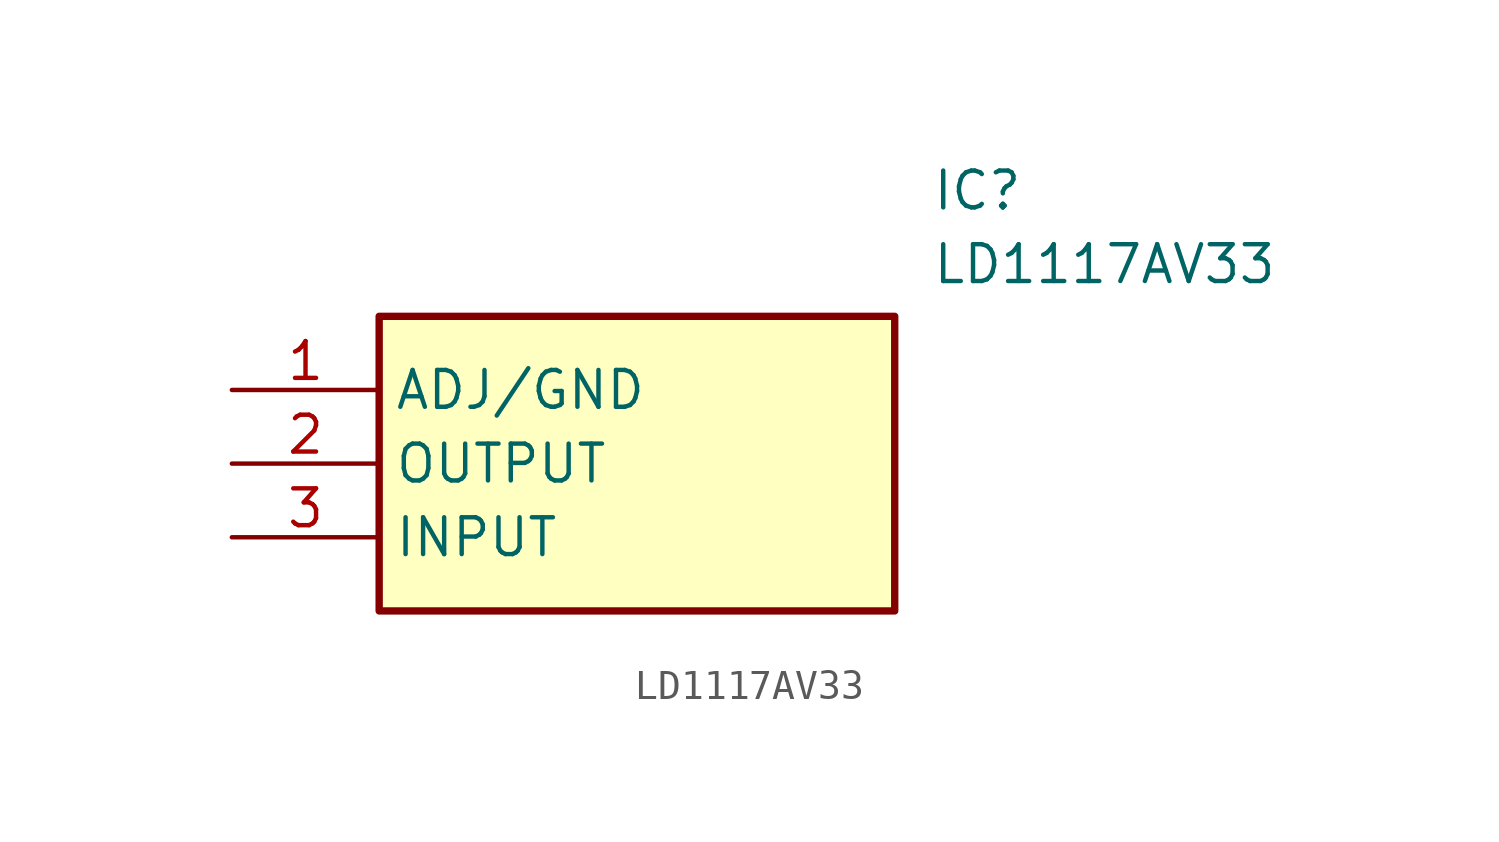
<source format=kicad_sym>
(kicad_symbol_lib
  (version 20211014)
  (generator SamacSys_ECAD_Model)
  (symbol "LD1117AV33"
    (property "Reference" "IC"
      (at 24.13 7.62 0)
      (effects (font (size 1.27 1.27)) (justify left top)))
    (property "Value" "LD1117AV33"
      (at 24.13 5.08 0)
      (effects (font (size 1.27 1.27)) (justify left top)))
    (rectangle
      (start 5.08 2.54)
      (end 22.86 -7.62)
      (stroke (width 0.254) (type default))
      (fill (type background)))
    (pin passive line
      (at 0 0 0)
      (length 5.08)
      (name "ADJ/GND" (effects (font (size 1.27 1.27))))
      (number "1" (effects (font (size 1.27 1.27)))))
    (pin passive line
      (at 0 -2.54 0)
      (length 5.08)
      (name "OUTPUT" (effects (font (size 1.27 1.27))))
      (number "2" (effects (font (size 1.27 1.27)))))
    (pin passive line
      (at 0 -5.08 0)
      (length 5.08)
      (name "INPUT" (effects (font (size 1.27 1.27))))
      (number "3" (effects (font (size 1.27 1.27)))))))
</source>
